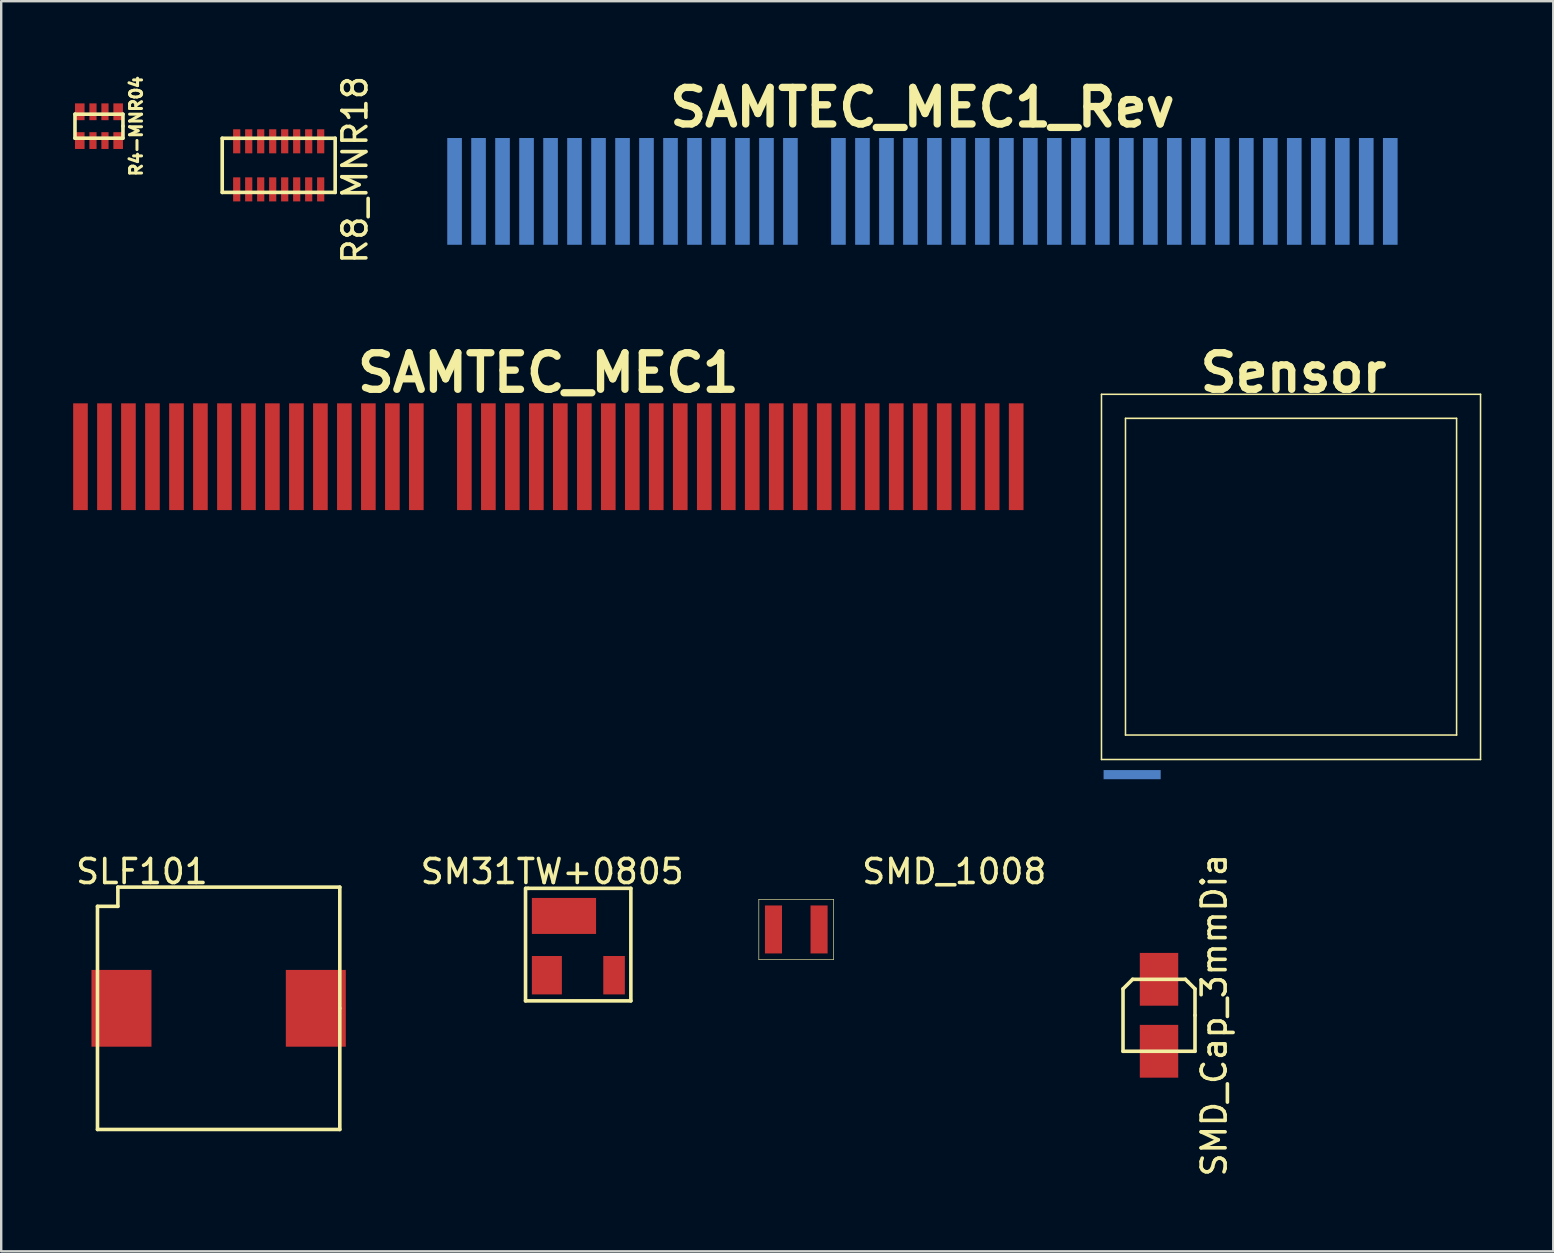
<source format=kicad_pcb>
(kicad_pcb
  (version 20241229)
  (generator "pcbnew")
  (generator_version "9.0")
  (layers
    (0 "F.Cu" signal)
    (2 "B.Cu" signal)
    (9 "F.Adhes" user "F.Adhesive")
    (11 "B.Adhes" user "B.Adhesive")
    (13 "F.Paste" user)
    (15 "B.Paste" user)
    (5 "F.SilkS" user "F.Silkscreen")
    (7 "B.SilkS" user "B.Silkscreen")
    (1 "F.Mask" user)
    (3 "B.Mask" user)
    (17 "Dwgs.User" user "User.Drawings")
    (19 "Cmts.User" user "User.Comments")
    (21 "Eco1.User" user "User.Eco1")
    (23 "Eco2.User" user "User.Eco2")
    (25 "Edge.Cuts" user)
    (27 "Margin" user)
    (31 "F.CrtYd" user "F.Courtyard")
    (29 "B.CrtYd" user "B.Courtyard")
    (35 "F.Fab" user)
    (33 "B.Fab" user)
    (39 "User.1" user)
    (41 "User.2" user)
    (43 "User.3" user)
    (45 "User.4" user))
  (footprint "SAMTEC_MEC1"
    (layer "F.Cu")
    (at 19.804 15.986)
    (property "Reference" "SAMTEC_MEC1" (at 0 -3.5 0) (layer "F.SilkS") (effects (font (size 1.524 1.524) (thickness 0.305))))
    (attr through_hole)
    (pad "1" smd rect (at -19.5 0) (size 0.61 4.45) (layers "F.Cu" "F.Mask" "F.Paste"))
    (pad "2" smd rect (at -18.501 0) (size 0.61 4.45) (layers "F.Cu" "F.Mask" "F.Paste"))
    (pad "3" smd rect (at -17.501 0) (size 0.61 4.45) (layers "F.Cu" "F.Mask" "F.Paste"))
    (pad "4" smd rect (at -16.5 0) (size 0.61 4.45) (layers "F.Cu" "F.Mask" "F.Paste"))
    (pad "5" smd rect (at -15.499 0) (size 0.61 4.45) (layers "F.Cu" "F.Mask" "F.Paste"))
    (pad "6" smd rect (at -14.501 0) (size 0.61 4.45) (layers "F.Cu" "F.Mask" "F.Paste"))
    (pad "7" smd rect (at -13.5 0) (size 0.61 4.45) (layers "F.Cu" "F.Mask" "F.Paste"))
    (pad "8" smd rect (at -12.499 0) (size 0.61 4.45) (layers "F.Cu" "F.Mask" "F.Paste"))
    (pad "9" smd rect (at -11.501 0) (size 0.61 4.45) (layers "F.Cu" "F.Mask" "F.Paste"))
    (pad "10" smd rect (at -10.5 0) (size 0.61 4.45) (layers "F.Cu" "F.Mask" "F.Paste"))
    (pad "11" smd rect (at -9.5 0) (size 0.61 4.45) (layers "F.Cu" "F.Mask" "F.Paste"))
    (pad "12" smd rect (at -8.501 0) (size 0.61 4.45) (layers "F.Cu" "F.Mask" "F.Paste"))
    (pad "13" smd rect (at -7.501 0) (size 0.61 4.45) (layers "F.Cu" "F.Mask" "F.Paste"))
    (pad "14" smd rect (at -6.5 0) (size 0.61 4.45) (layers "F.Cu" "F.Mask" "F.Paste"))
    (pad "15" smd rect (at -5.502 0) (size 0.61 4.45) (layers "F.Cu" "F.Mask" "F.Paste"))
    (pad "16" smd rect (at -3.5 0) (size 0.61 4.45) (layers "F.Cu" "F.Mask" "F.Paste"))
    (pad "17" smd rect (at -2.499 0) (size 0.61 4.45) (layers "F.Cu" "F.Mask" "F.Paste"))
    (pad "18" smd rect (at -1.499 0) (size 0.61 4.45) (layers "F.Cu" "F.Mask" "F.Paste"))
    (pad "19" smd rect (at 0.5 0) (size 0.61 4.45) (layers "F.Cu" "F.Mask" "F.Paste"))
    (pad "20" smd rect (at -0.5 0) (size 0.61 4.45) (layers "F.Cu" "F.Mask" "F.Paste"))
    (pad "21" smd rect (at 1.501 0) (size 0.61 4.45) (layers "F.Cu" "F.Mask" "F.Paste"))
    (pad "22" smd rect (at 2.499 0) (size 0.61 4.45) (layers "F.Cu" "F.Mask" "F.Paste"))
    (pad "23" smd rect (at 3.5 0) (size 0.61 4.45) (layers "F.Cu" "F.Mask" "F.Paste"))
    (pad "24" smd rect (at 4.498 0) (size 0.61 4.45) (layers "F.Cu" "F.Mask" "F.Paste"))
    (pad "25" smd rect (at 5.499 0) (size 0.61 4.45) (layers "F.Cu" "F.Mask" "F.Paste"))
    (pad "26" smd rect (at 6.5 0) (size 0.61 4.45) (layers "F.Cu" "F.Mask" "F.Paste"))
    (pad "27" smd rect (at 7.501 0) (size 0.61 4.45) (layers "F.Cu" "F.Mask" "F.Paste"))
    (pad "28" smd rect (at 8.499 0) (size 0.61 4.45) (layers "F.Cu" "F.Mask" "F.Paste"))
    (pad "30" smd rect (at 10.5 0) (size 0.61 4.45) (layers "F.Cu" "F.Mask" "F.Paste"))
    (pad "31" smd rect (at 11.499 0) (size 0.61 4.45) (layers "F.Cu" "F.Mask" "F.Paste"))
    (pad "32" smd rect (at 12.499 0) (size 0.61 4.45) (layers "F.Cu" "F.Mask" "F.Paste"))
    (pad "33" smd rect (at 13.5 0) (size 0.61 4.45) (layers "F.Cu" "F.Mask" "F.Paste"))
    (pad "34" smd rect (at 14.501 0) (size 0.61 4.45) (layers "F.Cu" "F.Mask" "F.Paste"))
    (pad "35" smd rect (at 15.499 0) (size 0.61 4.45) (layers "F.Cu" "F.Mask" "F.Paste"))
    (pad "36" smd rect (at 16.5 0) (size 0.61 4.45) (layers "F.Cu" "F.Mask" "F.Paste"))
    (pad "37" smd rect (at 17.501 0) (size 0.61 4.45) (layers "F.Cu" "F.Mask" "F.Paste"))
    (pad "38" smd rect (at 18.499 0) (size 0.61 4.45) (layers "F.Cu" "F.Mask" "F.Paste"))
    (pad "39" smd rect (at 9.5 0) (size 0.61 4.45) (layers "F.Cu" "F.Mask" "F.Paste"))
    (pad "39" smd rect (at 19.5 0) (size 0.61 4.45) (layers "F.Cu" "F.Mask" "F.Paste")))
  (footprint "SAMTEC_MEC1_Rev"
    (layer "F.Cu")
    (at 35.396 4.927)
    (property "Reference" "SAMTEC_MEC1_Rev" (at 0 -3.5 0) (layer "F.SilkS") (effects (font (size 1.524 1.524) (thickness 0.305))))
    (attr through_hole)
    (pad "1" smd rect (at 19.5 0) (size 0.61 4.45) (layers "B.Cu" "B.Mask" "B.Paste"))
    (pad "2" smd rect (at 18.499 0) (size 0.61 4.45) (layers "B.Cu" "B.Mask" "B.Paste"))
    (pad "3" smd rect (at 17.501 0) (size 0.61 4.45) (layers "B.Cu" "B.Mask" "B.Paste"))
    (pad "4" smd rect (at 16.5 0) (size 0.61 4.45) (layers "B.Cu" "B.Mask" "B.Paste"))
    (pad "5" smd rect (at 15.499 0) (size 0.61 4.45) (layers "B.Cu" "B.Mask" "B.Paste"))
    (pad "6" smd rect (at 14.501 0) (size 0.61 4.45) (layers "B.Cu" "B.Mask" "B.Paste"))
    (pad "7" smd rect (at 13.5 0) (size 0.61 4.45) (layers "B.Cu" "B.Mask" "B.Paste"))
    (pad "8" smd rect (at 12.499 0) (size 0.61 4.45) (layers "B.Cu" "B.Mask" "B.Paste"))
    (pad "9" smd rect (at 11.499 0) (size 0.61 4.45) (layers "B.Cu" "B.Mask" "B.Paste"))
    (pad "10" smd rect (at 10.5 0) (size 0.61 4.45) (layers "B.Cu" "B.Mask" "B.Paste"))
    (pad "11" smd rect (at 9.5 0) (size 0.61 4.45) (layers "B.Cu" "B.Mask" "B.Paste"))
    (pad "12" smd rect (at 8.499 0) (size 0.61 4.45) (layers "B.Cu" "B.Mask" "B.Paste"))
    (pad "13" smd rect (at 7.501 0) (size 0.61 4.45) (layers "B.Cu" "B.Mask" "B.Paste"))
    (pad "14" smd rect (at 6.5 0) (size 0.61 4.45) (layers "B.Cu" "B.Mask" "B.Paste"))
    (pad "15" smd rect (at 5.499 0) (size 0.61 4.45) (layers "B.Cu" "B.Mask" "B.Paste"))
    (pad "16" smd rect (at 4.498 0) (size 0.61 4.45) (layers "B.Cu" "B.Mask" "B.Paste"))
    (pad "17" smd rect (at 3.5 0) (size 0.61 4.45) (layers "B.Cu" "B.Mask" "B.Paste"))
    (pad "18" smd rect (at 2.499 0) (size 0.61 4.45) (layers "B.Cu" "B.Mask" "B.Paste"))
    (pad "19" smd rect (at 1.501 0) (size 0.61 4.45) (layers "B.Cu" "B.Mask" "B.Paste"))
    (pad "20" smd rect (at 0.5 0) (size 0.61 4.45) (layers "B.Cu" "B.Mask" "B.Paste"))
    (pad "21" smd rect (at -0.5 0) (size 0.61 4.45) (layers "B.Cu" "B.Mask" "B.Paste"))
    (pad "22" smd rect (at -1.499 0) (size 0.61 4.45) (layers "B.Cu" "B.Mask" "B.Paste"))
    (pad "23" smd rect (at -2.499 0) (size 0.61 4.45) (layers "B.Cu" "B.Mask" "B.Paste"))
    (pad "24" smd rect (at -3.5 0) (size 0.61 4.45) (layers "B.Cu" "B.Mask" "B.Paste"))
    (pad "25" smd rect (at -5.502 0) (size 0.61 4.45) (layers "B.Cu" "B.Mask" "B.Paste"))
    (pad "26" smd rect (at -6.5 0) (size 0.61 4.45) (layers "B.Cu" "B.Mask" "B.Paste"))
    (pad "27" smd rect (at -7.501 0) (size 0.61 4.45) (layers "B.Cu" "B.Mask" "B.Paste"))
    (pad "28" smd rect (at -8.501 0) (size 0.61 4.45) (layers "B.Cu" "B.Mask" "B.Paste"))
    (pad "29" smd rect (at -9.5 0) (size 0.61 4.45) (layers "B.Cu" "B.Mask" "B.Paste"))
    (pad "30" smd rect (at -10.5 0) (size 0.61 4.45) (layers "B.Cu" "B.Mask" "B.Paste"))
    (pad "31" smd rect (at -11.501 0) (size 0.61 4.45) (layers "B.Cu" "B.Mask" "B.Paste"))
    (pad "32" smd rect (at -12.499 0) (size 0.61 4.45) (layers "B.Cu" "B.Mask" "B.Paste"))
    (pad "33" smd rect (at -13.5 0) (size 0.61 4.45) (layers "B.Cu" "B.Mask" "B.Paste"))
    (pad "34" smd rect (at -14.501 0) (size 0.61 4.45) (layers "B.Cu" "B.Mask" "B.Paste"))
    (pad "35" smd rect (at -15.499 0) (size 0.61 4.45) (layers "B.Cu" "B.Mask" "B.Paste"))
    (pad "36" smd rect (at -16.5 0) (size 0.61 4.45) (layers "B.Cu" "B.Mask" "B.Paste"))
    (pad "37" smd rect (at -17.501 0) (size 0.61 4.45) (layers "B.Cu" "B.Mask" "B.Paste"))
    (pad "38" smd rect (at -18.501 0) (size 0.61 4.45) (layers "B.Cu" "B.Mask" "B.Paste"))
    (pad "39" smd rect (at -19.5 0) (size 0.61 4.45) (layers "B.Cu" "B.Mask" "B.Paste")))
  (footprint "R4-MNR04"
    (layer "F.Cu")
    (at 1.075 2.209)
    (property "Reference" "R4-MNR04" (at 1.55 0 90) (layer "F.SilkS") (effects (font (size 0.5 0.5) (thickness 0.125))))
    (attr through_hole)
    (fp_line (start -1 -0.5) (end -1 0.5) (stroke (width 0.15) (type solid)) (layer "F.SilkS"))
    (fp_line (start -1 0.5) (end 1 0.5) (stroke (width 0.15) (type solid)) (layer "F.SilkS"))
    (fp_line (start 1 -0.5) (end -1 -0.5) (stroke (width 0.15) (type solid)) (layer "F.SilkS"))
    (fp_line (start 1 0) (end 1 -0.5) (stroke (width 0.15) (type solid)) (layer "F.SilkS"))
    (fp_line (start 1 0.5) (end 1 0) (stroke (width 0.15) (type solid)) (layer "F.SilkS"))
    (pad "1" smd rect (at -0.8 0.6) (size 0.4 0.7) (layers "F.Cu" "F.Mask" "F.Paste"))
    (pad "2" smd rect (at -0.25 0.6) (size 0.3 0.7) (layers "F.Cu" "F.Mask" "F.Paste"))
    (pad "3" smd rect (at 0.25 0.6) (size 0.3 0.7) (layers "F.Cu" "F.Mask" "F.Paste"))
    (pad "4" smd rect (at 0.8 0.6) (size 0.4 0.7) (layers "F.Cu" "F.Mask" "F.Paste"))
    (pad "5" smd rect (at 0.8 -0.6) (size 0.4 0.7) (layers "F.Cu" "F.Mask" "F.Paste"))
    (pad "6" smd rect (at 0.25 -0.6) (size 0.3 0.7) (layers "F.Cu" "F.Mask" "F.Paste"))
    (pad "7" smd rect (at -0.25 -0.6) (size 0.3 0.7) (layers "F.Cu" "F.Mask" "F.Paste"))
    (pad "8" smd rect (at -0.8 -0.6) (size 0.4 0.7) (layers "F.Cu" "F.Mask" "F.Paste")))
  (footprint "SMD_Cap_3mmDia"
    (layer "F.Cu")
    (at 45.257 39.267)
    (property "Reference" "SMD_Cap_3mmDia" (at 2.3 0 90) (layer "F.SilkS") (effects (font (size 1 1) (thickness 0.15))))
    (attr through_hole)
    (fp_line (start -1.5 -1.1) (end -1.5 1.5) (stroke (width 0.15) (type solid)) (layer "F.SilkS"))
    (fp_line (start -1.5 1.5) (end 1.5 1.5) (stroke (width 0.15) (type solid)) (layer "F.SilkS"))
    (fp_line (start -1.1 -1.5) (end -1.5 -1.1) (stroke (width 0.15) (type solid)) (layer "F.SilkS"))
    (fp_line (start 1.1 -1.5) (end -1.1 -1.5) (stroke (width 0.15) (type solid)) (layer "F.SilkS"))
    (fp_line (start 1.2 -1.4) (end 1.1 -1.5) (stroke (width 0.15) (type solid)) (layer "F.SilkS"))
    (fp_line (start 1.5 -1.1) (end 1.2 -1.4) (stroke (width 0.15) (type solid)) (layer "F.SilkS"))
    (fp_line (start 1.5 0) (end 1.5 -1.1) (stroke (width 0.15) (type solid)) (layer "F.SilkS"))
    (fp_line (start 1.5 1.5) (end 1.5 0) (stroke (width 0.15) (type solid)) (layer "F.SilkS"))
    (pad "1" smd rect (at 0 1.5) (size 1.6 2.2) (layers "F.Cu" "F.Mask" "F.Paste"))
    (pad "2" smd rect (at 0 -1.5) (size 1.6 2.2) (layers "F.Cu" "F.Mask" "F.Paste")))
  (footprint "Sensor"
    (layer "F.Cu")
    (at 42.859 13.286)
    (property "Reference" "Sensor" (at 8.001 -0.8 0) (layer "F.SilkS") (effects (font (size 1.524 1.524) (thickness 0.305))))
    (attr through_hole)
    (fp_line (start 0 0.099) (end 15.799 0.099) (stroke (width 0.064) (type solid)) (layer "F.SilkS"))
    (fp_line (start 0 15.319) (end 0 0.099) (stroke (width 0.064) (type solid)) (layer "F.SilkS"))
    (fp_line (start 1.001 1.1) (end 1.001 14.3) (stroke (width 0.064) (type solid)) (layer "F.SilkS"))
    (fp_line (start 1.001 14.3) (end 14.801 14.3) (stroke (width 0.064) (type solid)) (layer "F.SilkS"))
    (fp_line (start 14.801 1.1) (end 1.001 1.1) (stroke (width 0.064) (type solid)) (layer "F.SilkS"))
    (fp_line (start 14.801 14.3) (end 14.801 1.1) (stroke (width 0.064) (type solid)) (layer "F.SilkS"))
    (fp_line (start 15.799 0.099) (end 15.799 15.319) (stroke (width 0.064) (type solid)) (layer "F.SilkS"))
    (fp_line (start 15.799 15.319) (end 0 15.319) (stroke (width 0.064) (type solid)) (layer "F.SilkS"))
    (pad "2" smd rect (at 1.278 15.951) (size 2.38 0.381) (layers "B.Cu" "B.Mask" "F.Paste")))
  (footprint "SMD_1008"
    (layer "F.Cu")
    (at 29.188 35.689)
    (property "Reference" "SMD_1008" (at 7.536 -2.413 0) (layer "F.SilkS") (effects (font (size 1 1) (thickness 0.15))))
    (attr through_hole)
    (fp_line (start -0.61 -1.255) (end -0.61 1.255) (stroke (width 0.025) (type solid)) (layer "F.SilkS"))
    (fp_line (start -0.61 1.255) (end 2.51 1.255) (stroke (width 0.025) (type solid)) (layer "F.SilkS"))
    (fp_line (start 2.51 -1.255) (end -0.61 -1.255) (stroke (width 0.025) (type solid)) (layer "F.SilkS"))
    (fp_line (start 2.51 1.255) (end 2.51 -1.255) (stroke (width 0.025) (type solid)) (layer "F.SilkS"))
    (pad "1" smd rect (at 0 0) (size 0.711 2) (layers "F.Cu" "F.Mask" "F.Paste"))
    (pad "2" smd rect (at 1.9 0) (size 0.711 2) (layers "F.Cu" "F.Mask" "F.Paste")))
  (footprint "R8_MNR18"
    (layer "F.Cu")
    (at 6.816 4.716)
    (property "Reference" "R8_MNR18" (at 4.928 -0.686 90) (layer "F.SilkS") (effects (font (size 1 1) (thickness 0.15))))
    (attr through_hole)
    (fp_line (start -0.604 -2.004) (end -0.604 0.254) (stroke (width 0.15) (type solid)) (layer "F.SilkS"))
    (fp_line (start -0.604 0.254) (end 4.104 0.254) (stroke (width 0.15) (type solid)) (layer "F.SilkS"))
    (fp_line (start 4.104 -2.004) (end -0.604 -2.004) (stroke (width 0.15) (type solid)) (layer "F.SilkS"))
    (fp_line (start 4.104 0.254) (end 4.104 -2.004) (stroke (width 0.15) (type solid)) (layer "F.SilkS"))
    (pad "1" smd rect (at 3.5 -1.877) (size 0.3 1.003) (layers "F.Cu" "F.Mask" "F.Paste"))
    (pad "2" smd rect (at 3 -1.877) (size 0.3 1.003) (layers "F.Cu" "F.Mask" "F.Paste"))
    (pad "3" smd rect (at 2.5 -1.877) (size 0.3 1.003) (layers "F.Cu" "F.Mask" "F.Paste"))
    (pad "4" smd rect (at 2 -1.877) (size 0.3 1.003) (layers "F.Cu" "F.Mask" "F.Paste"))
    (pad "5" smd rect (at 1.5 -1.877) (size 0.3 1.003) (layers "F.Cu" "F.Mask" "F.Paste"))
    (pad "6" smd rect (at 1 -1.877) (size 0.3 1.003) (layers "F.Cu" "F.Mask" "F.Paste"))
    (pad "7" smd rect (at 0.5 -1.877) (size 0.3 1.003) (layers "F.Cu" "F.Mask" "F.Paste"))
    (pad "8" smd rect (at 0 -1.877) (size 0.3 1.003) (layers "F.Cu" "F.Mask" "F.Paste"))
    (pad "9" smd rect (at 0 0.127) (size 0.3 1.003) (layers "F.Cu" "F.Mask" "F.Paste"))
    (pad "10" smd rect (at 0.5 0.127) (size 0.3 1.003) (layers "F.Cu" "F.Mask" "F.Paste"))
    (pad "11" smd rect (at 1 0.127) (size 0.3 1.003) (layers "F.Cu" "F.Mask" "F.Paste"))
    (pad "12" smd rect (at 1.5 0.127) (size 0.3 1.003) (layers "F.Cu" "F.Mask" "F.Paste"))
    (pad "13" smd rect (at 2 0.127) (size 0.3 1.003) (layers "F.Cu" "F.Mask" "F.Paste"))
    (pad "14" smd rect (at 2.5 0.127) (size 0.3 1.003) (layers "F.Cu" "F.Mask" "F.Paste"))
    (pad "15" smd rect (at 3 0.127) (size 0.3 1.003) (layers "F.Cu" "F.Mask" "F.Paste"))
    (pad "16" smd rect (at 3.5 0.127) (size 0.3 1.003) (layers "F.Cu" "F.Mask" "F.Paste")))
  (footprint "SLF101"
    (layer "F.Cu")
    (at 6.063 38.976)
    (property "Reference" "SLF101" (at -3.2 -5.7 0) (layer "F.SilkS") (effects (font (size 1 1) (thickness 0.15))))
    (attr through_hole)
    (fp_line (start -5.05 -4.25) (end -5.05 5.05) (stroke (width 0.15) (type solid)) (layer "F.SilkS"))
    (fp_line (start -5.05 5.05) (end 5.05 5.05) (stroke (width 0.15) (type solid)) (layer "F.SilkS"))
    (fp_line (start -4.2 -5.05) (end -4.2 -4.25) (stroke (width 0.15) (type solid)) (layer "F.SilkS"))
    (fp_line (start -4.2 -4.25) (end -5.05 -4.25) (stroke (width 0.15) (type solid)) (layer "F.SilkS"))
    (fp_line (start 5.05 -5.05) (end -4.2 -5.05) (stroke (width 0.15) (type solid)) (layer "F.SilkS"))
    (fp_line (start 5.05 0) (end 5.05 -5.05) (stroke (width 0.15) (type solid)) (layer "F.SilkS"))
    (fp_line (start 5.05 5.05) (end 5.05 0) (stroke (width 0.15) (type solid)) (layer "F.SilkS"))
    (pad "1" smd rect (at 4.05 0) (size 2.5 3.2) (layers "F.Cu" "F.Mask" "F.Paste"))
    (pad "2" smd rect (at -4.05 0) (size 2.5 3.2) (layers "F.Cu" "F.Mask" "F.Paste")))
  (footprint "SM31TW+0805"
    (layer "F.Cu")
    (at 21.144 37.596)
    (property "Reference" "SM31TW+0805" (at -1.18 -4.32 0) (layer "F.SilkS") (effects (font (size 1 1) (thickness 0.15))))
    (attr through_hole)
    (fp_line (start -2.29 1.07) (end -2.29 -3.62) (stroke (width 0.15) (type solid)) (layer "F.SilkS"))
    (fp_line (start -2.29 1.07) (end 2.1 1.07) (stroke (width 0.15) (type solid)) (layer "F.SilkS"))
    (fp_line (start -2.28 -3.62) (end -2.18 -3.62) (stroke (width 0.15) (type solid)) (layer "F.SilkS"))
    (fp_line (start 2.1 -3.62) (end -2.18 -3.62) (stroke (width 0.15) (type solid)) (layer "F.SilkS"))
    (fp_line (start 2.1 1.07) (end 2.1 -3.62) (stroke (width 0.15) (type solid)) (layer "F.SilkS"))
    (pad "1" smd rect (at -1.4 0) (size 1.25 1.6) (layers "F.Cu" "F.Mask" "F.Paste"))
    (pad "2" smd rect (at -0.688 -2.47) (size 2.675 1.5) (layers "F.Cu" "F.Mask" "F.Paste"))
    (pad "3" smd rect (at 1.4 0) (size 0.9 1.6) (layers "F.Cu" "F.Mask" "F.Paste")))
  (gr_rect
    (start -3 -3)
    (end 61.689 49.106)
    (stroke (width 0.1) (type default))
    (fill no)
    (layer "Edge.Cuts")))
</source>
